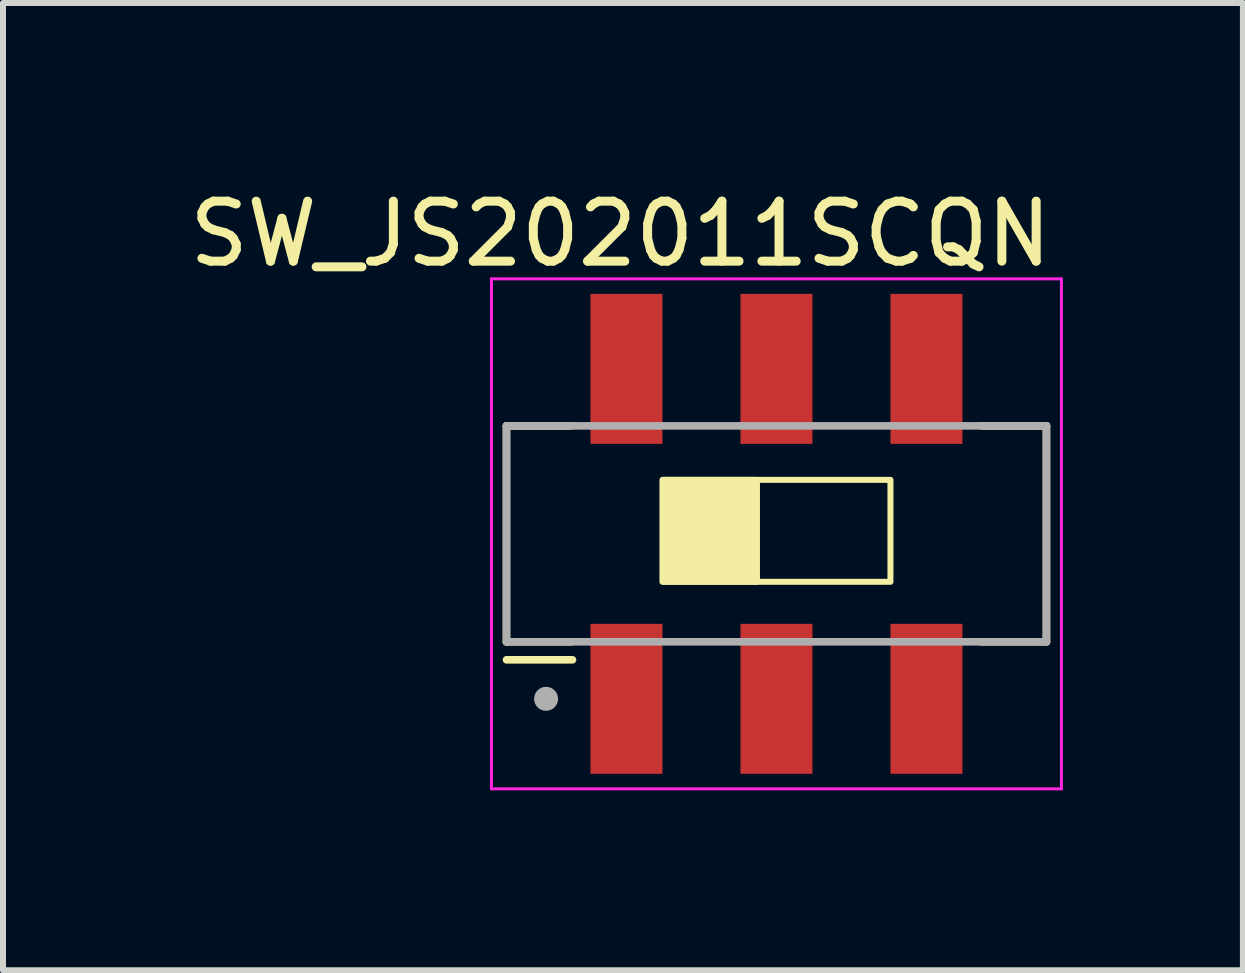
<source format=kicad_pcb>
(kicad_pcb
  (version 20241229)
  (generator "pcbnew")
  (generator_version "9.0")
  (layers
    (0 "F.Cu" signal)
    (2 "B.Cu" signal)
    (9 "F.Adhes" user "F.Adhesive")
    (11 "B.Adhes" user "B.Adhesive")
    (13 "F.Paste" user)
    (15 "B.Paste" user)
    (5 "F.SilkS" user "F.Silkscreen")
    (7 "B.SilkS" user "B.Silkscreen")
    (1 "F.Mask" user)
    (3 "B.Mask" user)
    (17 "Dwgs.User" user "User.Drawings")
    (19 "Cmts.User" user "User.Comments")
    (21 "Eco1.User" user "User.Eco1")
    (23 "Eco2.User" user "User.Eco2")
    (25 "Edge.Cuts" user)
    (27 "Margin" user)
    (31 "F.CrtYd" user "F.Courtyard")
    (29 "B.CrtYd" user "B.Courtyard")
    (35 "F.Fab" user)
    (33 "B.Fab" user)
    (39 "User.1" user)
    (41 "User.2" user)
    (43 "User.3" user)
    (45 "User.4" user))
  (footprint "SW_JS202011SCQN"
    (layer "F.Cu")
    (at 9.892 5.848)
    (property "Reference" "SW_JS202011SCQN" (at -2.6 -5 0) (layer "F.SilkS") (effects (font (size 1 1) (thickness 0.15))))
    (attr smd)
    (fp_line (start -4.5 -1.8) (end -4.5 1.8) (stroke (width 0.127) (type solid)) (layer "F.SilkS"))
    (fp_line (start -4.5 1.8) (end -3.42 1.8) (stroke (width 0.127) (type solid)) (layer "F.SilkS"))
    (fp_line (start -4.5 2.1) (end -3.4 2.1) (stroke (width 0.127) (type solid)) (layer "F.SilkS"))
    (fp_line (start -3.42 -1.8) (end -4.5 -1.8) (stroke (width 0.127) (type solid)) (layer "F.SilkS"))
    (fp_line (start 3.42 1.8) (end 4.5 1.8) (stroke (width 0.127) (type solid)) (layer "F.SilkS"))
    (fp_line (start 4.5 -1.8) (end 3.42 -1.8) (stroke (width 0.127) (type solid)) (layer "F.SilkS"))
    (fp_line (start 4.5 1.8) (end 4.5 -1.8) (stroke (width 0.127) (type solid)) (layer "F.SilkS"))
    (fp_rect (start -1.9 -0.9) (end 1.9 0.8) (stroke (width 0.1) (type default)) (fill no) (layer "F.SilkS"))
    (fp_rect (start -1.875 -0.9) (end -0.325 0.8) (stroke (width 0.1) (type solid)) (fill yes) (layer "F.SilkS"))
    (fp_line (start -4.75 -4.25) (end -4.75 4.25) (stroke (width 0.05) (type solid)) (layer "F.CrtYd"))
    (fp_line (start -4.75 4.25) (end 4.75 4.25) (stroke (width 0.05) (type solid)) (layer "F.CrtYd"))
    (fp_line (start 4.75 -4.25) (end -4.75 -4.25) (stroke (width 0.05) (type solid)) (layer "F.CrtYd"))
    (fp_line (start 4.75 4.25) (end 4.75 -4.25) (stroke (width 0.05) (type solid)) (layer "F.CrtYd"))
    (fp_line (start -4.5 -1.8) (end -4.5 1.8) (stroke (width 0.127) (type solid)) (layer "F.Fab"))
    (fp_line (start -4.5 1.8) (end 4.5 1.8) (stroke (width 0.127) (type solid)) (layer "F.Fab"))
    (fp_line (start 4.5 -1.8) (end -4.5 -1.8) (stroke (width 0.127) (type solid)) (layer "F.Fab"))
    (fp_line (start 4.5 1.8) (end 4.5 -1.8) (stroke (width 0.127) (type solid)) (layer "F.Fab"))
    (fp_circle (center -3.84 2.75) (end -3.74 2.75) (stroke (width 0.2) (type solid)) (fill no) (layer "F.Fab"))
    (pad "1" smd rect (at -2.5 2.75) (size 1.2 2.5) (layers "F.Cu" "F.Mask" "F.Paste"))
    (pad "2" smd rect (at 0 2.75) (size 1.2 2.5) (layers "F.Cu" "F.Mask" "F.Paste"))
    (pad "3" smd rect (at 2.5 2.75) (size 1.2 2.5) (layers "F.Cu" "F.Mask" "F.Paste"))
    (pad "4" smd rect (at -2.5 -2.75) (size 1.2 2.5) (layers "F.Cu" "F.Mask" "F.Paste"))
    (pad "5" smd rect (at 0 -2.75) (size 1.2 2.5) (layers "F.Cu" "F.Mask" "F.Paste"))
    (pad "6" smd rect (at 2.5 -2.75) (size 1.2 2.5) (layers "F.Cu" "F.Mask" "F.Paste")))
  (gr_rect
    (start -3 -3)
    (end 17.667 13.123)
    (stroke (width 0.1) (type default))
    (fill no)
    (layer "Edge.Cuts")))
</source>
